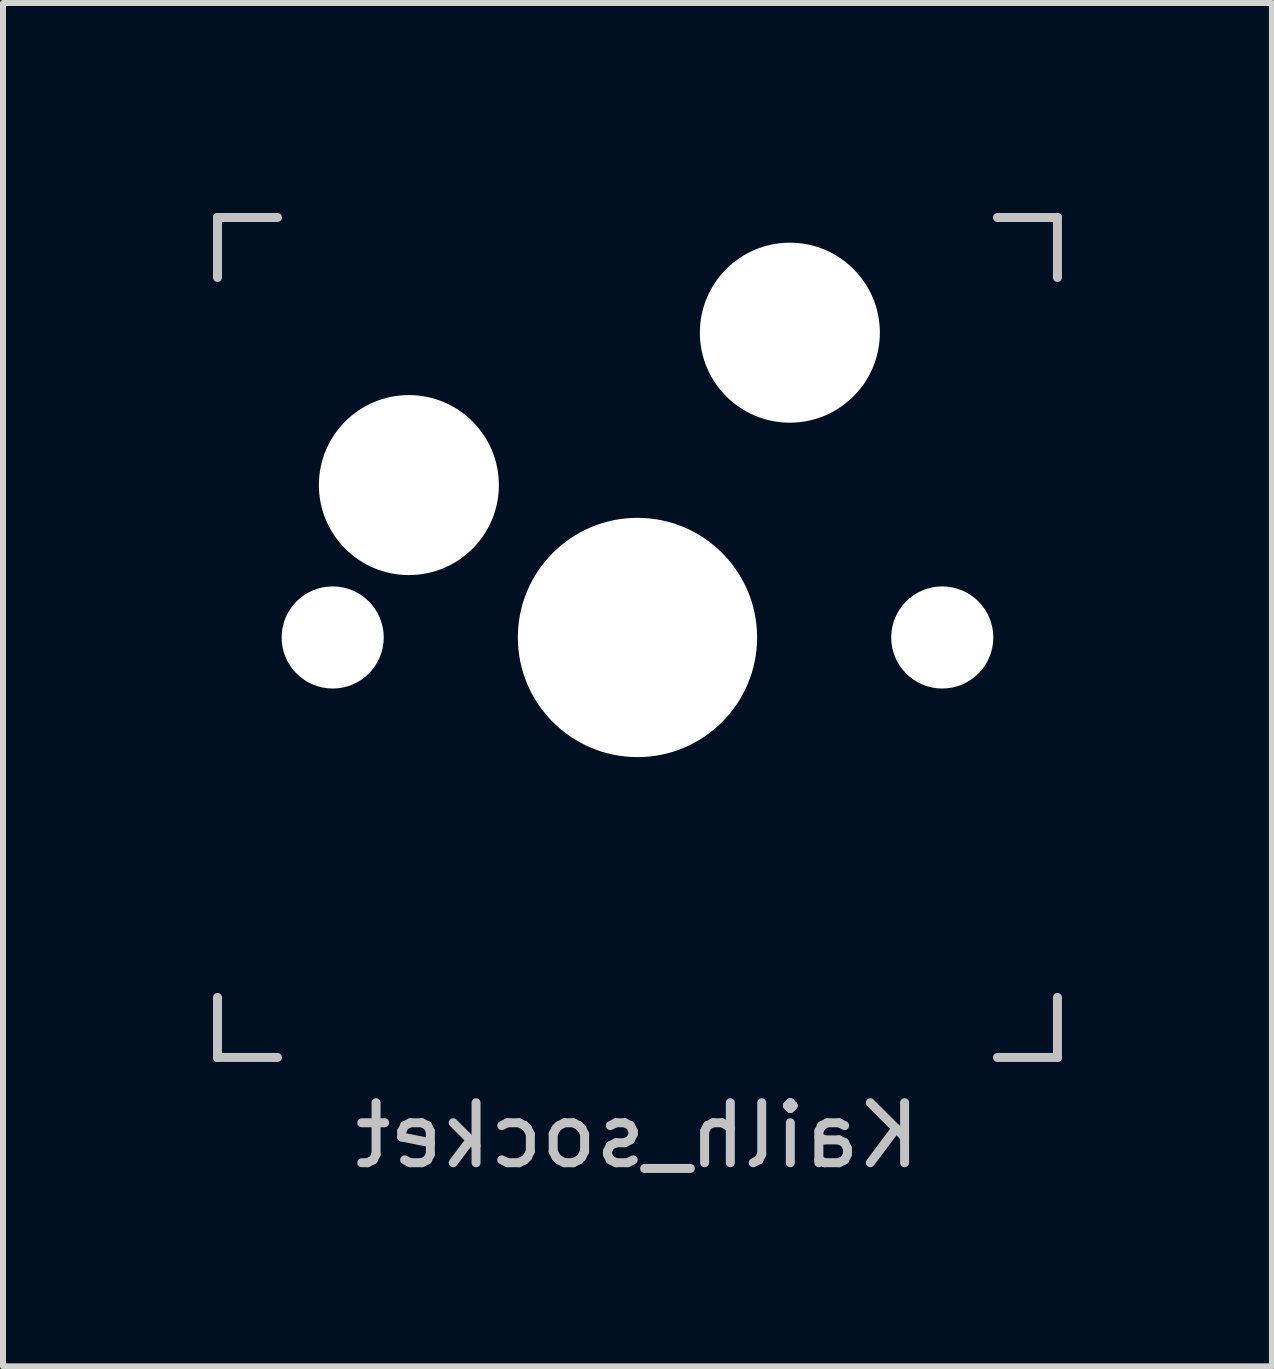
<source format=kicad_pcb>
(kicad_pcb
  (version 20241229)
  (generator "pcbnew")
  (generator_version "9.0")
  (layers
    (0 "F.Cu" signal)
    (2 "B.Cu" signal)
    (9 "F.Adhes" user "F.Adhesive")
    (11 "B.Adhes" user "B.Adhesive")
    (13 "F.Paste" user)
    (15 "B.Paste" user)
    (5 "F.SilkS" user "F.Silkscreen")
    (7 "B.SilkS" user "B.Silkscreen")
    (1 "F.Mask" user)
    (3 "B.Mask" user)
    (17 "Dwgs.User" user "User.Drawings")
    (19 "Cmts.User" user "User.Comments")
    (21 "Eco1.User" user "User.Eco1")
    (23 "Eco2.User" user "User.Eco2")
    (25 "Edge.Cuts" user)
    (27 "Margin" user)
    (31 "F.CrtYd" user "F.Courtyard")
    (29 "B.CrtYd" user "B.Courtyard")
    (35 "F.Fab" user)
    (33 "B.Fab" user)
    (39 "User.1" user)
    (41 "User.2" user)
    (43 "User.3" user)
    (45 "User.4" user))
  (footprint "Kailh_socket"
    (layer "F.Cu")
    (at 7.575 7.575)
    (property "Reference" "Kailh_socket" (at 0 8.3 0) (layer "Dwgs.User") (effects (font (size 1 1) (thickness 0.15)) (justify mirror)))
    (attr through_hole)
    (fp_line (start -7 -7) (end -6 -7) (stroke (width 0.15) (type solid)) (layer "Dwgs.User"))
    (fp_line (start -7 -6) (end -7 -7) (stroke (width 0.15) (type solid)) (layer "Dwgs.User"))
    (fp_line (start -7 7) (end -7 6) (stroke (width 0.15) (type solid)) (layer "Dwgs.User"))
    (fp_line (start -6 7) (end -7 7) (stroke (width 0.15) (type solid)) (layer "Dwgs.User"))
    (fp_line (start 6 -7) (end 7 -7) (stroke (width 0.15) (type solid)) (layer "Dwgs.User"))
    (fp_line (start 7 -7) (end 7 -6) (stroke (width 0.15) (type solid)) (layer "Dwgs.User"))
    (fp_line (start 7 6) (end 7 7) (stroke (width 0.15) (type solid)) (layer "Dwgs.User"))
    (fp_line (start 7 7) (end 6 7) (stroke (width 0.15) (type solid)) (layer "Dwgs.User"))
    (fp_line (start -7.5 -7.5) (end 7.5 -7.5) (stroke (width 0.15) (type solid)) (layer "Eco2.User"))
    (fp_line (start -7.5 7.5) (end -7.5 -7.5) (stroke (width 0.15) (type solid)) (layer "Eco2.User"))
    (fp_line (start -6.9 6.9) (end -6.9 -6.9) (stroke (width 0.15) (type solid)) (layer "Eco2.User"))
    (fp_line (start -6.9 6.9) (end 6.9 6.9) (stroke (width 0.15) (type solid)) (layer "Eco2.User"))
    (fp_line (start 6.9 -6.9) (end -6.9 -6.9) (stroke (width 0.15) (type solid)) (layer "Eco2.User"))
    (fp_line (start 6.9 -6.9) (end 6.9 6.9) (stroke (width 0.15) (type solid)) (layer "Eco2.User"))
    (fp_line (start 7.5 -7.5) (end 7.5 7.5) (stroke (width 0.15) (type solid)) (layer "Eco2.User"))
    (fp_line (start 7.5 7.5) (end -7.5 7.5) (stroke (width 0.15) (type solid)) (layer "Eco2.User"))
    (pad "" np_thru_hole circle (at -5.08 0) (size 1.702 1.702) (drill 1.702) (layers "*.Cu" "*.Mask"))
    (pad "" np_thru_hole circle (at -3.81 -2.54) (size 3 3) (drill 3) (layers "*.Cu" "*.Mask"))
    (pad "" np_thru_hole circle (at 0 0) (size 3.988 3.988) (drill 3.988) (layers "*.Cu" "*.Mask"))
    (pad "" np_thru_hole circle (at 2.54 -5.08) (size 3 3) (drill 3) (layers "*.Cu" "*.Mask"))
    (pad "" np_thru_hole circle (at 5.08 0) (size 1.702 1.702) (drill 1.702) (layers "*.Cu" "*.Mask")))
  (gr_rect
    (start -3 -3)
    (end 18.15 19.723)
    (stroke (width 0.1) (type default))
    (fill no)
    (layer "Edge.Cuts")))
</source>
